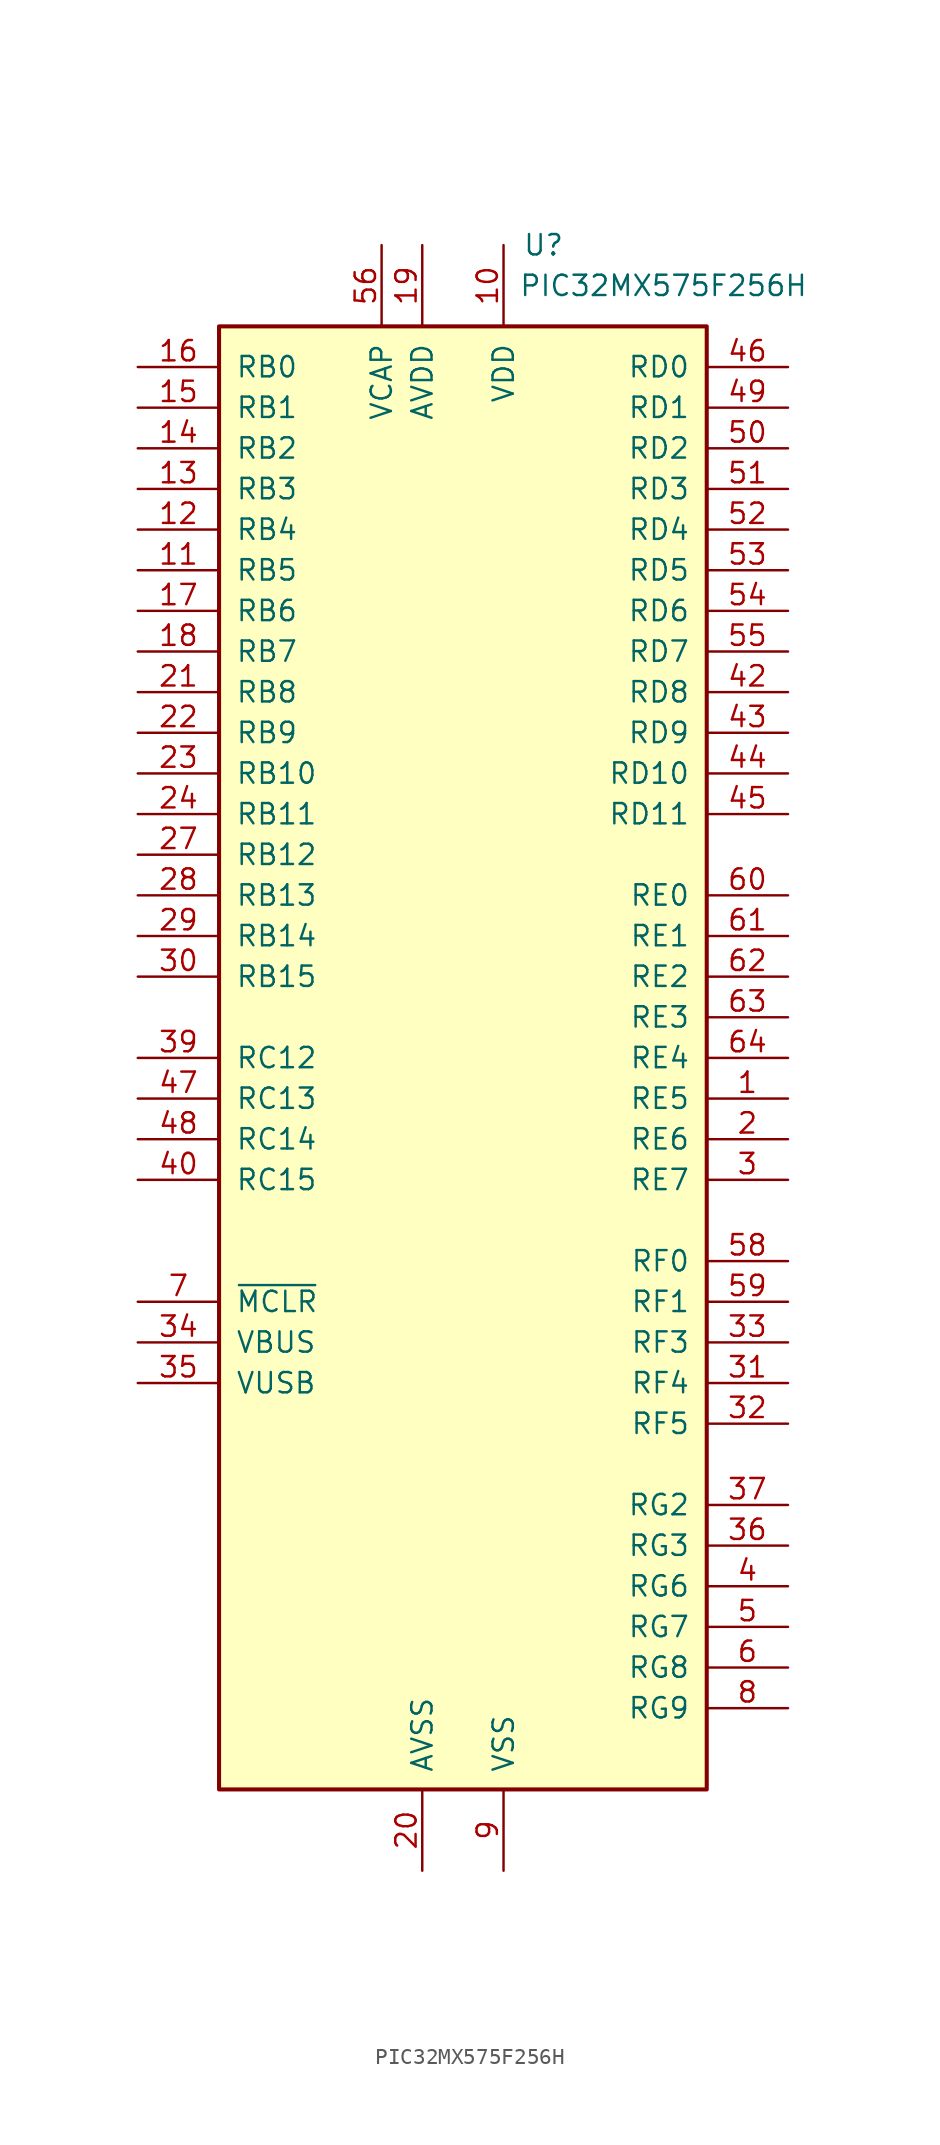
<source format=kicad_sym>
(kicad_symbol_lib
  (version 20241209)
  (generator "kicad_symbol_editor")
  (generator_version "9.0")
  (symbol "PIC32MX575F256H"
    (pin_names
      (offset 1.016))
    (property "Reference" "U"
      (at 6.35 50.8 0)
      (effects (font (size 1.27 1.27)) (justify right)))
    (property "Value" "PIC32MX575F256H"
      (at 21.59 48.26 0)
      (effects (font (size 1.27 1.27)) (justify right)))
    (symbol "PIC32MX575F256H_0_1"
      (rectangle (start -15.24 45.72) (end 15.24 -45.72) (stroke (width 0.254) (type default)) (fill (type background))))
    (symbol "PIC32MX575F256H_1_1"
      (pin bidirectional line (at -20.32 43.18 0) (length 5.08) (name "RB0" (effects (font (size 1.27 1.27)))) (number "16" (effects (font (size 1.27 1.27)))))
      (pin bidirectional line (at -20.32 40.64 0) (length 5.08) (name "RB1" (effects (font (size 1.27 1.27)))) (number "15" (effects (font (size 1.27 1.27)))))
      (pin bidirectional line (at -20.32 38.1 0) (length 5.08) (name "RB2" (effects (font (size 1.27 1.27)))) (number "14" (effects (font (size 1.27 1.27)))))
      (pin bidirectional line (at -20.32 35.56 0) (length 5.08) (name "RB3" (effects (font (size 1.27 1.27)))) (number "13" (effects (font (size 1.27 1.27)))))
      (pin bidirectional line (at -20.32 33.02 0) (length 5.08) (name "RB4" (effects (font (size 1.27 1.27)))) (number "12" (effects (font (size 1.27 1.27)))))
      (pin bidirectional line (at -20.32 30.48 0) (length 5.08) (name "RB5" (effects (font (size 1.27 1.27)))) (number "11" (effects (font (size 1.27 1.27)))))
      (pin bidirectional line (at -20.32 27.94 0) (length 5.08) (name "RB6" (effects (font (size 1.27 1.27)))) (number "17" (effects (font (size 1.27 1.27)))))
      (pin bidirectional line (at -20.32 25.4 0) (length 5.08) (name "RB7" (effects (font (size 1.27 1.27)))) (number "18" (effects (font (size 1.27 1.27)))))
      (pin bidirectional line (at -20.32 22.86 0) (length 5.08) (name "RB8" (effects (font (size 1.27 1.27)))) (number "21" (effects (font (size 1.27 1.27)))))
      (pin bidirectional line (at -20.32 20.32 0) (length 5.08) (name "RB9" (effects (font (size 1.27 1.27)))) (number "22" (effects (font (size 1.27 1.27)))))
      (pin bidirectional line (at -20.32 17.78 0) (length 5.08) (name "RB10" (effects (font (size 1.27 1.27)))) (number "23" (effects (font (size 1.27 1.27)))))
      (pin bidirectional line (at -20.32 15.24 0) (length 5.08) (name "RB11" (effects (font (size 1.27 1.27)))) (number "24" (effects (font (size 1.27 1.27)))))
      (pin bidirectional line (at -20.32 12.7 0) (length 5.08) (name "RB12" (effects (font (size 1.27 1.27)))) (number "27" (effects (font (size 1.27 1.27)))))
      (pin bidirectional line (at -20.32 10.16 0) (length 5.08) (name "RB13" (effects (font (size 1.27 1.27)))) (number "28" (effects (font (size 1.27 1.27)))))
      (pin bidirectional line (at -20.32 7.62 0) (length 5.08) (name "RB14" (effects (font (size 1.27 1.27)))) (number "29" (effects (font (size 1.27 1.27)))))
      (pin bidirectional line (at -20.32 5.08 0) (length 5.08) (name "RB15" (effects (font (size 1.27 1.27)))) (number "30" (effects (font (size 1.27 1.27)))))
      (pin bidirectional line (at -20.32 0 0) (length 5.08) (name "RC12" (effects (font (size 1.27 1.27)))) (number "39" (effects (font (size 1.27 1.27)))))
      (pin bidirectional line (at -20.32 -2.54 0) (length 5.08) (name "RC13" (effects (font (size 1.27 1.27)))) (number "47" (effects (font (size 1.27 1.27)))))
      (pin bidirectional line (at -20.32 -5.08 0) (length 5.08) (name "RC14" (effects (font (size 1.27 1.27)))) (number "48" (effects (font (size 1.27 1.27)))))
      (pin bidirectional line (at -20.32 -7.62 0) (length 5.08) (name "RC15" (effects (font (size 1.27 1.27)))) (number "40" (effects (font (size 1.27 1.27)))))
      (pin input line (at -20.32 -15.24 0) (length 5.08) (name "~{MCLR}" (effects (font (size 1.27 1.27)))) (number "7" (effects (font (size 1.27 1.27)))))
      (pin input line (at -20.32 -17.78 0) (length 5.08) (name "VBUS" (effects (font (size 1.27 1.27)))) (number "34" (effects (font (size 1.27 1.27)))))
      (pin power_in line (at -20.32 -20.32 0) (length 5.08) (name "VUSB" (effects (font (size 1.27 1.27)))) (number "35" (effects (font (size 1.27 1.27)))))
      (pin power_out line (at -5.08 50.8 270) (length 5.08) (name "VCAP" (effects (font (size 1.27 1.27)))) (number "56" (effects (font (size 1.27 1.27)))))
      (pin power_in line (at -2.54 50.8 270) (length 5.08) (name "AVDD" (effects (font (size 1.27 1.27)))) (number "19" (effects (font (size 1.27 1.27)))))
      (pin power_in line (at -2.54 -50.8 90) (length 5.08) (name "AVSS" (effects (font (size 1.27 1.27)))) (number "20" (effects (font (size 1.27 1.27)))))
      (pin power_in line (at 2.54 50.8 270) (length 5.08) (name "VDD" (effects (font (size 1.27 1.27)))) (number "10" (effects (font (size 1.27 1.27)))))
      (pin passive line (at 2.54 50.8 270) (length 5.08) (hide yes) (name "VDD" (effects (font (size 1.27 1.27)))) (number "26" (effects (font (size 1.27 1.27)))))
      (pin passive line (at 2.54 50.8 270) (length 5.08) (hide yes) (name "VDD" (effects (font (size 1.27 1.27)))) (number "38" (effects (font (size 1.27 1.27)))))
      (pin passive line (at 2.54 50.8 270) (length 5.08) (hide yes) (name "VDD" (effects (font (size 1.27 1.27)))) (number "57" (effects (font (size 1.27 1.27)))))
      (pin passive line (at 2.54 -50.8 90) (length 5.08) (hide yes) (name "VSS" (effects (font (size 1.27 1.27)))) (number "25" (effects (font (size 1.27 1.27)))))
      (pin passive line (at 2.54 -50.8 90) (length 5.08) (hide yes) (name "VSS" (effects (font (size 1.27 1.27)))) (number "41" (effects (font (size 1.27 1.27)))))
      (pin power_in line (at 2.54 -50.8 90) (length 5.08) (name "VSS" (effects (font (size 1.27 1.27)))) (number "9" (effects (font (size 1.27 1.27)))))
      (pin bidirectional line (at 20.32 43.18 180) (length 5.08) (name "RD0" (effects (font (size 1.27 1.27)))) (number "46" (effects (font (size 1.27 1.27)))))
      (pin bidirectional line (at 20.32 40.64 180) (length 5.08) (name "RD1" (effects (font (size 1.27 1.27)))) (number "49" (effects (font (size 1.27 1.27)))))
      (pin bidirectional line (at 20.32 38.1 180) (length 5.08) (name "RD2" (effects (font (size 1.27 1.27)))) (number "50" (effects (font (size 1.27 1.27)))))
      (pin bidirectional line (at 20.32 35.56 180) (length 5.08) (name "RD3" (effects (font (size 1.27 1.27)))) (number "51" (effects (font (size 1.27 1.27)))))
      (pin bidirectional line (at 20.32 33.02 180) (length 5.08) (name "RD4" (effects (font (size 1.27 1.27)))) (number "52" (effects (font (size 1.27 1.27)))))
      (pin bidirectional line (at 20.32 30.48 180) (length 5.08) (name "RD5" (effects (font (size 1.27 1.27)))) (number "53" (effects (font (size 1.27 1.27)))))
      (pin bidirectional line (at 20.32 27.94 180) (length 5.08) (name "RD6" (effects (font (size 1.27 1.27)))) (number "54" (effects (font (size 1.27 1.27)))))
      (pin bidirectional line (at 20.32 25.4 180) (length 5.08) (name "RD7" (effects (font (size 1.27 1.27)))) (number "55" (effects (font (size 1.27 1.27)))))
      (pin bidirectional line (at 20.32 22.86 180) (length 5.08) (name "RD8" (effects (font (size 1.27 1.27)))) (number "42" (effects (font (size 1.27 1.27)))))
      (pin bidirectional line (at 20.32 20.32 180) (length 5.08) (name "RD9" (effects (font (size 1.27 1.27)))) (number "43" (effects (font (size 1.27 1.27)))))
      (pin bidirectional line (at 20.32 17.78 180) (length 5.08) (name "RD10" (effects (font (size 1.27 1.27)))) (number "44" (effects (font (size 1.27 1.27)))))
      (pin bidirectional line (at 20.32 15.24 180) (length 5.08) (name "RD11" (effects (font (size 1.27 1.27)))) (number "45" (effects (font (size 1.27 1.27)))))
      (pin bidirectional line (at 20.32 10.16 180) (length 5.08) (name "RE0" (effects (font (size 1.27 1.27)))) (number "60" (effects (font (size 1.27 1.27)))))
      (pin bidirectional line (at 20.32 7.62 180) (length 5.08) (name "RE1" (effects (font (size 1.27 1.27)))) (number "61" (effects (font (size 1.27 1.27)))))
      (pin bidirectional line (at 20.32 5.08 180) (length 5.08) (name "RE2" (effects (font (size 1.27 1.27)))) (number "62" (effects (font (size 1.27 1.27)))))
      (pin bidirectional line (at 20.32 2.54 180) (length 5.08) (name "RE3" (effects (font (size 1.27 1.27)))) (number "63" (effects (font (size 1.27 1.27)))))
      (pin bidirectional line (at 20.32 0 180) (length 5.08) (name "RE4" (effects (font (size 1.27 1.27)))) (number "64" (effects (font (size 1.27 1.27)))))
      (pin bidirectional line (at 20.32 -2.54 180) (length 5.08) (name "RE5" (effects (font (size 1.27 1.27)))) (number "1" (effects (font (size 1.27 1.27)))))
      (pin bidirectional line (at 20.32 -5.08 180) (length 5.08) (name "RE6" (effects (font (size 1.27 1.27)))) (number "2" (effects (font (size 1.27 1.27)))))
      (pin bidirectional line (at 20.32 -7.62 180) (length 5.08) (name "RE7" (effects (font (size 1.27 1.27)))) (number "3" (effects (font (size 1.27 1.27)))))
      (pin bidirectional line (at 20.32 -12.7 180) (length 5.08) (name "RF0" (effects (font (size 1.27 1.27)))) (number "58" (effects (font (size 1.27 1.27)))))
      (pin bidirectional line (at 20.32 -15.24 180) (length 5.08) (name "RF1" (effects (font (size 1.27 1.27)))) (number "59" (effects (font (size 1.27 1.27)))))
      (pin bidirectional line (at 20.32 -17.78 180) (length 5.08) (name "RF3" (effects (font (size 1.27 1.27)))) (number "33" (effects (font (size 1.27 1.27)))))
      (pin bidirectional line (at 20.32 -20.32 180) (length 5.08) (name "RF4" (effects (font (size 1.27 1.27)))) (number "31" (effects (font (size 1.27 1.27)))))
      (pin bidirectional line (at 20.32 -22.86 180) (length 5.08) (name "RF5" (effects (font (size 1.27 1.27)))) (number "32" (effects (font (size 1.27 1.27)))))
      (pin bidirectional line (at 20.32 -27.94 180) (length 5.08) (name "RG2" (effects (font (size 1.27 1.27)))) (number "37" (effects (font (size 1.27 1.27)))))
      (pin bidirectional line (at 20.32 -30.48 180) (length 5.08) (name "RG3" (effects (font (size 1.27 1.27)))) (number "36" (effects (font (size 1.27 1.27)))))
      (pin bidirectional line (at 20.32 -33.02 180) (length 5.08) (name "RG6" (effects (font (size 1.27 1.27)))) (number "4" (effects (font (size 1.27 1.27)))))
      (pin bidirectional line (at 20.32 -35.56 180) (length 5.08) (name "RG7" (effects (font (size 1.27 1.27)))) (number "5" (effects (font (size 1.27 1.27)))))
      (pin bidirectional line (at 20.32 -38.1 180) (length 5.08) (name "RG8" (effects (font (size 1.27 1.27)))) (number "6" (effects (font (size 1.27 1.27)))))
      (pin bidirectional line (at 20.32 -40.64 180) (length 5.08) (name "RG9" (effects (font (size 1.27 1.27)))) (number "8" (effects (font (size 1.27 1.27))))))))
</source>
